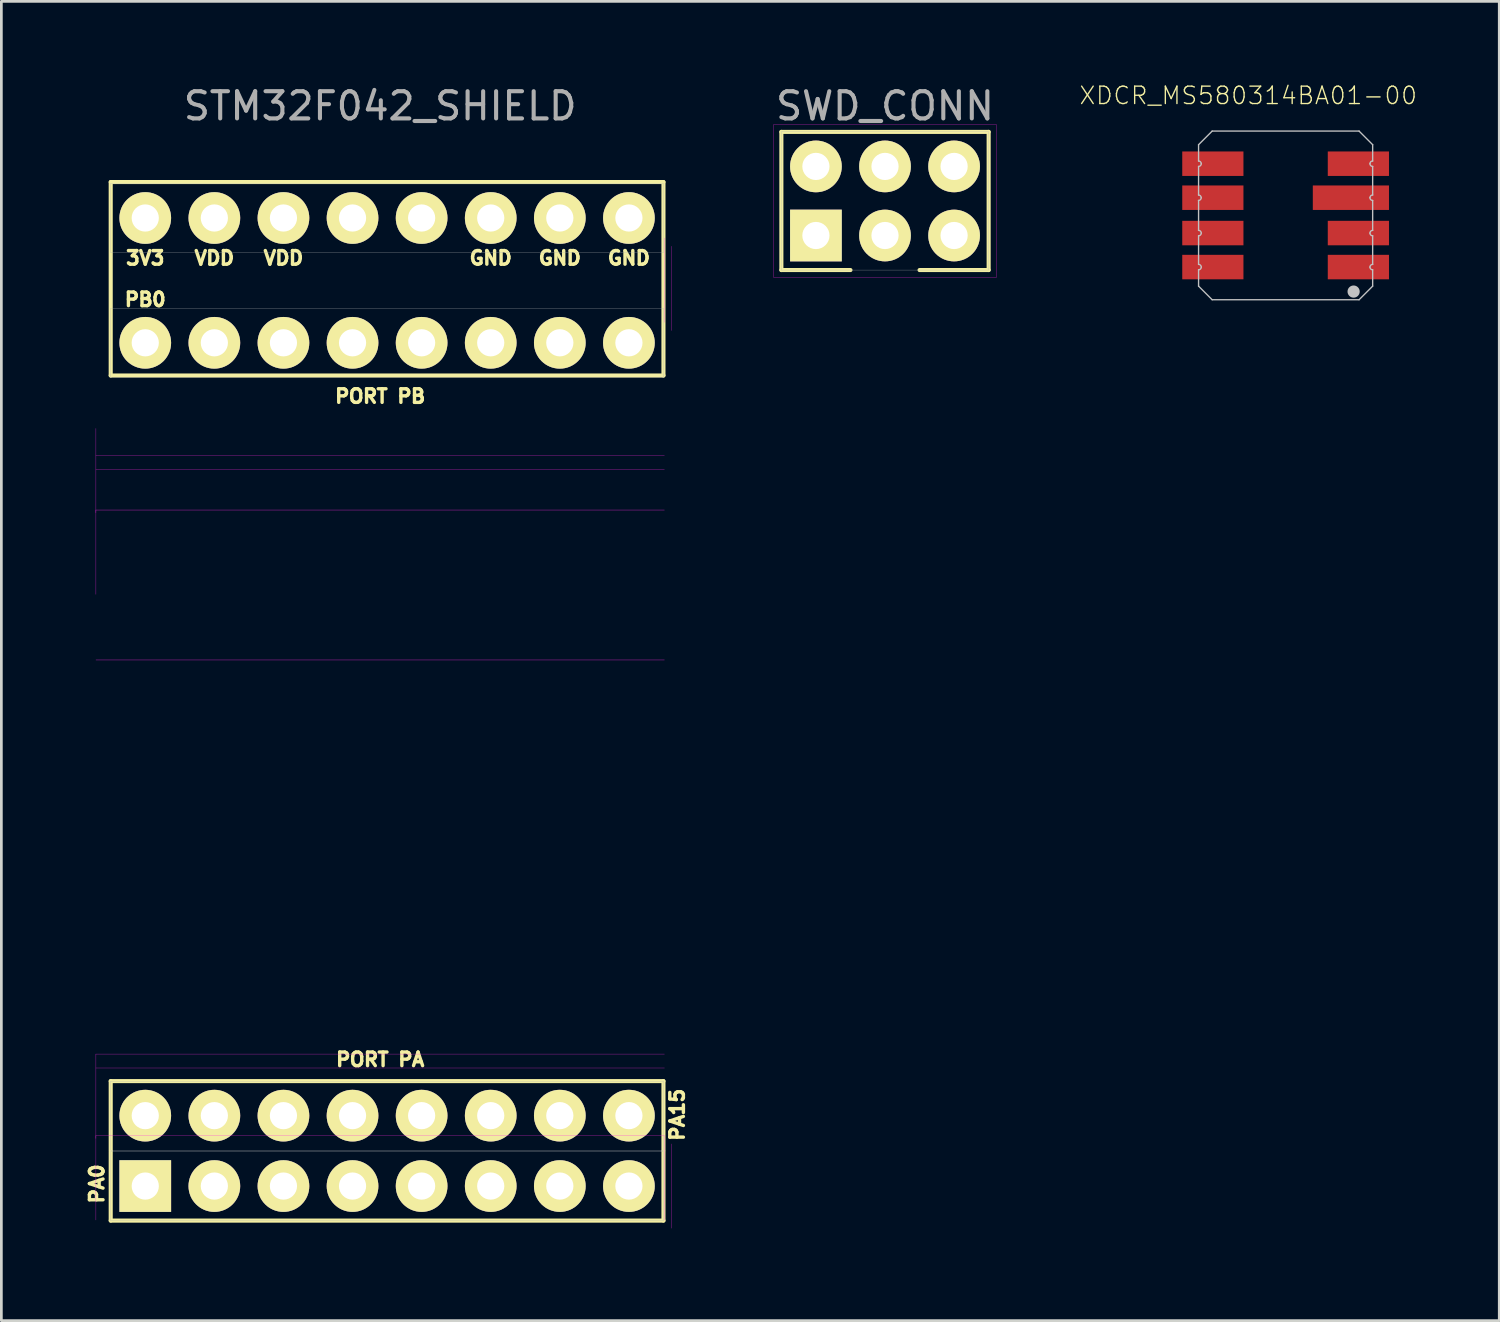
<source format=kicad_pcb>
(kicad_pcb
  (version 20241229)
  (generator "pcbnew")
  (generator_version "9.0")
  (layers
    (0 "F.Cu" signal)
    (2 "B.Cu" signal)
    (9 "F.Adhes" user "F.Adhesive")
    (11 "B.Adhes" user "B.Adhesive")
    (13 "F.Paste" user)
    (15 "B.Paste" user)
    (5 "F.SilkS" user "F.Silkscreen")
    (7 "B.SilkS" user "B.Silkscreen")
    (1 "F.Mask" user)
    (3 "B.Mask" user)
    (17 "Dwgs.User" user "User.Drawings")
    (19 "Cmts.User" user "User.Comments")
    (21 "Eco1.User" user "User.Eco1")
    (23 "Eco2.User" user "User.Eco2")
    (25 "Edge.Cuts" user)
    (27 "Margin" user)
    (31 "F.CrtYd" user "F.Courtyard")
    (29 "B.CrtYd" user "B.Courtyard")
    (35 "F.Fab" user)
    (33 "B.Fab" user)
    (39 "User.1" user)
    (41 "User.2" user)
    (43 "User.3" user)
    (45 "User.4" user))
  (footprint "XDCR_MS580314BA01-00"
    (layer "F.Cu")
    (at 44.212 4.869)
    (property "Reference" "XDCR_MS580314BA01-00" (at -1.374 -4.406 0) (layer "F.SilkS") (effects (font (size 0.64 0.64) (thickness 0.05))))
    (attr smd)
    (fp_line (start -3.2 -2.6) (end -3.2 -2) (stroke (width 0.05) (type solid)) (layer "Dwgs.User"))
    (fp_line (start -3.2 -1.8) (end -3.2 -0.75) (stroke (width 0.05) (type solid)) (layer "Dwgs.User"))
    (fp_line (start -3.2 0.55) (end -3.2 -0.55) (stroke (width 0.05) (type solid)) (layer "Dwgs.User"))
    (fp_line (start -3.2 1.8) (end -3.2 0.75) (stroke (width 0.05) (type solid)) (layer "Dwgs.User"))
    (fp_line (start -3.2 2) (end -3.2 2.6) (stroke (width 0.05) (type solid)) (layer "Dwgs.User"))
    (fp_line (start -3.2 2.6) (end -2.7 3.1) (stroke (width 0.05) (type solid)) (layer "Dwgs.User"))
    (fp_line (start -2.7 -3.1) (end -3.2 -2.6) (stroke (width 0.05) (type solid)) (layer "Dwgs.User"))
    (fp_line (start -2.7 -3.1) (end 2.7 -3.1) (stroke (width 0.05) (type solid)) (layer "Dwgs.User"))
    (fp_line (start -2.7 3.1) (end 2.7 3.1) (stroke (width 0.05) (type solid)) (layer "Dwgs.User"))
    (fp_line (start 2.7 -3.1) (end 3.2 -2.6) (stroke (width 0.05) (type solid)) (layer "Dwgs.User"))
    (fp_line (start 2.7 3.1) (end 3.2 2.6) (stroke (width 0.05) (type solid)) (layer "Dwgs.User"))
    (fp_line (start 3.2 -2.6) (end 3.2 -2) (stroke (width 0.05) (type solid)) (layer "Dwgs.User"))
    (fp_line (start 3.2 -0.75) (end 3.2 -1.8) (stroke (width 0.05) (type solid)) (layer "Dwgs.User"))
    (fp_line (start 3.2 0.55) (end 3.2 -0.55) (stroke (width 0.05) (type solid)) (layer "Dwgs.User"))
    (fp_line (start 3.2 1.8) (end 3.2 0.75) (stroke (width 0.05) (type solid)) (layer "Dwgs.User"))
    (fp_line (start 3.2 2.6) (end 3.2 2) (stroke (width 0.05) (type solid)) (layer "Dwgs.User"))
    (fp_arc (start -3.20217 -0.750122) (mid -3.131459 -0.720833) (end -3.10217 -0.650122) (stroke (width 0.05) (type solid)) (layer "Dwgs.User"))
    (fp_arc (start -3.2 -2) (mid -3.129289 -1.970711) (end -3.1 -1.9) (stroke (width 0.05) (type solid)) (layer "Dwgs.User"))
    (fp_arc (start -3.2 0.55) (mid -3.129289 0.579289) (end -3.1 0.65) (stroke (width 0.05) (type solid)) (layer "Dwgs.User"))
    (fp_arc (start -3.2 1.8) (mid -3.129289 1.829289) (end -3.1 1.9) (stroke (width 0.05) (type solid)) (layer "Dwgs.User"))
    (fp_arc (start -3.10217 -0.650091) (mid -3.131459 -0.57938) (end -3.20217 -0.550091) (stroke (width 0.05) (type solid)) (layer "Dwgs.User"))
    (fp_arc (start -3.1 -1.9) (mid -3.129289 -1.829289) (end -3.2 -1.8) (stroke (width 0.05) (type solid)) (layer "Dwgs.User"))
    (fp_arc (start -3.1 0.65) (mid -3.129289 0.720711) (end -3.2 0.75) (stroke (width 0.05) (type solid)) (layer "Dwgs.User"))
    (fp_arc (start -3.1 1.9) (mid -3.129289 1.970711) (end -3.2 2) (stroke (width 0.05) (type solid)) (layer "Dwgs.User"))
    (fp_arc (start 3.1 -1.9) (mid 3.129289 -1.970711) (end 3.2 -2) (stroke (width 0.05) (type solid)) (layer "Dwgs.User"))
    (fp_arc (start 3.1 -0.65) (mid 3.129289 -0.720711) (end 3.2 -0.75) (stroke (width 0.05) (type solid)) (layer "Dwgs.User"))
    (fp_arc (start 3.1 0.65) (mid 3.129289 0.579289) (end 3.2 0.55) (stroke (width 0.05) (type solid)) (layer "Dwgs.User"))
    (fp_arc (start 3.1 1.9) (mid 3.129289 1.829289) (end 3.2 1.8) (stroke (width 0.05) (type solid)) (layer "Dwgs.User"))
    (fp_arc (start 3.2 -1.8) (mid 3.129289 -1.829289) (end 3.1 -1.9) (stroke (width 0.05) (type solid)) (layer "Dwgs.User"))
    (fp_arc (start 3.2 -0.55) (mid 3.129289 -0.579289) (end 3.1 -0.65) (stroke (width 0.05) (type solid)) (layer "Dwgs.User"))
    (fp_arc (start 3.2 0.75) (mid 3.129289 0.720711) (end 3.1 0.65) (stroke (width 0.05) (type solid)) (layer "Dwgs.User"))
    (fp_arc (start 3.2 2) (mid 3.129289 1.970711) (end 3.1 1.9) (stroke (width 0.05) (type solid)) (layer "Dwgs.User"))
    (fp_circle (center 2.5 2.8) (end 2.724 2.8) (stroke (width 0) (type solid)) (fill yes) (layer "Dwgs.User"))
    (pad "1" smd rect (at 2.675 1.899) (size 2.25 0.9) (layers "F.Cu" "F.Mask" "F.Paste"))
    (pad "2" smd rect (at 2.675 0.649) (size 2.25 0.9) (layers "F.Cu" "F.Mask" "F.Paste"))
    (pad "3" smd rect (at 2.4 -0.651) (size 2.8 0.9) (layers "F.Cu" "F.Mask" "F.Paste"))
    (pad "4" smd rect (at 2.675 -1.901) (size 2.25 0.9) (layers "F.Cu" "F.Mask" "F.Paste"))
    (pad "5" smd rect (at -2.675 -1.901) (size 2.25 0.9) (layers "F.Cu" "F.Mask" "F.Paste"))
    (pad "6" smd rect (at -2.675 -0.651) (size 2.25 0.9) (layers "F.Cu" "F.Mask" "F.Paste"))
    (pad "7" smd rect (at -2.675 0.649) (size 2.25 0.9) (layers "F.Cu" "F.Mask" "F.Paste"))
    (pad "8" smd rect (at -2.675 1.899) (size 2.25 0.9) (layers "F.Cu" "F.Mask" "F.Paste")))
  (footprint "STM32F042_SHIELD"
    (layer "F.Cu")
    (at 10.926 42.25)
    (property "Reference" "STM32F042_SHIELD" (at 0 -41.402 0) (layer "F.Fab") (effects (font (size 1 1) (thickness 0.15))))
    (attr through_hole)
    (fp_line (start -9.906 -38.608) (end 10.414 -38.608) (stroke (width 0.15) (type solid)) (layer "F.SilkS"))
    (fp_line (start -9.906 -31.496) (end -9.906 -38.608) (stroke (width 0.15) (type solid)) (layer "F.SilkS"))
    (fp_line (start -9.906 -5.556) (end 10.414 -5.556) (stroke (width 0.15) (type solid)) (layer "F.SilkS"))
    (fp_line (start -9.906 -3.016) (end -9.906 -5.556) (stroke (width 0.15) (type solid)) (layer "F.SilkS"))
    (fp_line (start -9.906 -0.428) (end -9.906 -2.968) (stroke (width 0.15) (type solid)) (layer "F.SilkS"))
    (fp_line (start 10.414 -38.608) (end 10.414 -31.496) (stroke (width 0.15) (type solid)) (layer "F.SilkS"))
    (fp_line (start 10.414 -31.496) (end -9.906 -31.496) (stroke (width 0.15) (type solid)) (layer "F.SilkS"))
    (fp_line (start 10.414 -5.556) (end 10.414 -3.016) (stroke (width 0.15) (type solid)) (layer "F.SilkS"))
    (fp_line (start 10.414 -2.968) (end 10.414 -0.428) (stroke (width 0.15) (type solid)) (layer "F.SilkS"))
    (fp_line (start 10.414 -0.428) (end -9.906 -0.428) (stroke (width 0.15) (type solid)) (layer "F.SilkS"))
    (fp_line (start -10.45 -28.55) (end 10.45 -28.55) (stroke (width 0.01) (type solid)) (layer "F.CrtYd"))
    (fp_line (start -10.45 -26.55) (end 10.45 -26.55) (stroke (width 0.01) (type solid)) (layer "F.CrtYd"))
    (fp_line (start -10.45 -26.45) (end -10.45 -29.55) (stroke (width 0.01) (type solid)) (layer "F.CrtYd"))
    (fp_line (start -10.45 -23.45) (end -10.45 -26.55) (stroke (width 0.01) (type solid)) (layer "F.CrtYd"))
    (fp_line (start -10.45 -6.55) (end 10.45 -6.55) (stroke (width 0.01) (type solid)) (layer "F.CrtYd"))
    (fp_line (start -10.45 -3.55) (end 10.45 -3.55) (stroke (width 0.01) (type solid)) (layer "F.CrtYd"))
    (fp_line (start -10.45 -3.45) (end -10.45 -6.55) (stroke (width 0.01) (type solid)) (layer "F.CrtYd"))
    (fp_line (start -10.45 -0.45) (end -10.45 -3.55) (stroke (width 0.01) (type solid)) (layer "F.CrtYd"))
    (fp_line (start 10.45 -36.55) (end 10.45 -33.45) (stroke (width 0.01) (type solid)) (layer "F.CrtYd"))
    (fp_line (start 10.45 -28.038) (end -10.45 -28.038) (stroke (width 0.01) (type solid)) (layer "F.CrtYd"))
    (fp_line (start 10.45 -21.038) (end -10.45 -21.038) (stroke (width 0.01) (type solid)) (layer "F.CrtYd"))
    (fp_line (start 10.45 -6.038) (end -10.45 -6.038) (stroke (width 0.01) (type solid)) (layer "F.CrtYd"))
    (fp_line (start 10.45 -3.55) (end 10.45 -0.45) (stroke (width 0.01) (type solid)) (layer "F.CrtYd"))
    (fp_line (start 10.704 -36.248) (end 10.704 -33.148) (stroke (width 0.01) (type solid)) (layer "F.CrtYd"))
    (fp_line (start 10.704 -3.248) (end 10.704 -0.148) (stroke (width 0.01) (type solid)) (layer "F.CrtYd"))
    (fp_line (start -9.906 -38.556) (end 10.414 -38.556) (stroke (width 0.01) (type solid)) (layer "F.Fab"))
    (fp_line (start -9.906 -36.016) (end -9.906 -38.556) (stroke (width 0.01) (type solid)) (layer "F.Fab"))
    (fp_line (start -9.906 -33.968) (end 10.414 -33.968) (stroke (width 0.01) (type solid)) (layer "F.Fab"))
    (fp_line (start -9.906 -31.428) (end -9.906 -33.968) (stroke (width 0.01) (type solid)) (layer "F.Fab"))
    (fp_line (start -9.906 -5.556) (end 10.414 -5.556) (stroke (width 0.01) (type solid)) (layer "F.Fab"))
    (fp_line (start -9.906 -3.016) (end -9.906 -5.556) (stroke (width 0.01) (type solid)) (layer "F.Fab"))
    (fp_line (start -9.906 -2.968) (end 10.414 -2.968) (stroke (width 0.01) (type solid)) (layer "F.Fab"))
    (fp_line (start -9.906 -0.428) (end -9.906 -2.968) (stroke (width 0.01) (type solid)) (layer "F.Fab"))
    (fp_line (start 10.414 -38.556) (end 10.414 -36.016) (stroke (width 0.01) (type solid)) (layer "F.Fab"))
    (fp_line (start 10.414 -36.016) (end -9.906 -36.016) (stroke (width 0.01) (type solid)) (layer "F.Fab"))
    (fp_line (start 10.414 -33.968) (end 10.414 -31.428) (stroke (width 0.01) (type solid)) (layer "F.Fab"))
    (fp_line (start 10.414 -31.428) (end -9.906 -31.428) (stroke (width 0.01) (type solid)) (layer "F.Fab"))
    (fp_line (start 10.414 -5.556) (end 10.414 -3.016) (stroke (width 0.01) (type solid)) (layer "F.Fab"))
    (fp_line (start 10.414 -3.016) (end -9.906 -3.016) (stroke (width 0.01) (type solid)) (layer "F.Fab"))
    (fp_line (start 10.414 -2.968) (end 10.414 -0.428) (stroke (width 0.01) (type solid)) (layer "F.Fab"))
    (fp_line (start 10.414 -0.428) (end -9.906 -0.428) (stroke (width 0.01) (type solid)) (layer "F.Fab"))
    (fp_text user "GND" (at 6.604 -35.814 0) (layer "F.SilkS") (effects (font (size 0.5 0.5) (thickness 0.125))))
    (fp_text user "VDD" (at -3.556 -35.814 0) (layer "F.SilkS") (effects (font (size 0.5 0.5) (thickness 0.125))))
    (fp_text user "PA0" (at -10.414 -1.778 90) (layer "F.SilkS") (effects (font (size 0.5 0.5) (thickness 0.125))))
    (fp_text user "VDD" (at -6.096 -35.814 0) (layer "F.SilkS") (effects (font (size 0.5 0.5) (thickness 0.125))))
    (fp_text user "PB0" (at -8.636 -34.29 0) (layer "F.SilkS") (effects (font (size 0.5 0.5) (thickness 0.125))))
    (fp_text user "PA15" (at 10.922 -4.318 90) (layer "F.SilkS") (effects (font (size 0.5 0.5) (thickness 0.125))))
    (fp_text user "3V3" (at -8.636 -35.814 0) (layer "F.SilkS") (effects (font (size 0.5 0.5) (thickness 0.125))))
    (fp_text user "GND" (at 4.064 -35.814 0) (layer "F.SilkS") (effects (font (size 0.5 0.5) (thickness 0.125))))
    (fp_text user "PORT PA" (at 0 -6.35 0) (layer "F.SilkS") (effects (font (size 0.5 0.5) (thickness 0.125))))
    (fp_text user "GND" (at 9.144 -35.814 0) (layer "F.SilkS") (effects (font (size 0.5 0.5) (thickness 0.125))))
    (fp_text user "PORT PB" (at 0 -30.734 0) (layer "F.SilkS") (effects (font (size 0.5 0.5) (thickness 0.125))))
    (pad "1" thru_hole rect (at -8.636 -1.698) (size 1.9 1.9) (drill 1) (layers "*.Cu" "*.Mask" "F.SilkS"))
    (pad "2" thru_hole circle (at -6.096 -1.698) (size 1.9 1.9) (drill 1) (layers "*.Cu" "*.Mask" "F.SilkS"))
    (pad "3" thru_hole circle (at -3.556 -1.698) (size 1.9 1.9) (drill 1) (layers "*.Cu" "*.Mask" "F.SilkS"))
    (pad "4" thru_hole circle (at -1.016 -1.698) (size 1.9 1.9) (drill 1) (layers "*.Cu" "*.Mask" "F.SilkS"))
    (pad "5" thru_hole circle (at 1.524 -1.698) (size 1.9 1.9) (drill 1) (layers "*.Cu" "*.Mask" "F.SilkS"))
    (pad "6" thru_hole circle (at 4.064 -1.698) (size 1.9 1.9) (drill 1) (layers "*.Cu" "*.Mask" "F.SilkS"))
    (pad "7" thru_hole circle (at 6.604 -1.698) (size 1.9 1.9) (drill 1) (layers "*.Cu" "*.Mask" "F.SilkS"))
    (pad "8" thru_hole circle (at 9.144 -1.698) (size 1.9 1.9) (drill 1) (layers "*.Cu" "*.Mask" "F.SilkS"))
    (pad "9" thru_hole circle (at -8.636 -4.286) (size 1.9 1.9) (drill 1) (layers "*.Cu" "*.Mask" "F.SilkS"))
    (pad "10" thru_hole circle (at -6.096 -4.286) (size 1.9 1.9) (drill 1) (layers "*.Cu" "*.Mask" "F.SilkS"))
    (pad "11" thru_hole circle (at -3.556 -4.286) (size 1.9 1.9) (drill 1) (layers "*.Cu" "*.Mask" "F.SilkS"))
    (pad "12" thru_hole circle (at -1.016 -4.286) (size 1.9 1.9) (drill 1) (layers "*.Cu" "*.Mask" "F.SilkS"))
    (pad "13" thru_hole circle (at 1.524 -4.286) (size 1.9 1.9) (drill 1) (layers "*.Cu" "*.Mask" "F.SilkS"))
    (pad "14" thru_hole circle (at 4.064 -4.286) (size 1.9 1.9) (drill 1) (layers "*.Cu" "*.Mask" "F.SilkS"))
    (pad "15" thru_hole circle (at 6.604 -4.286) (size 1.9 1.9) (drill 1) (layers "*.Cu" "*.Mask" "F.SilkS"))
    (pad "16" thru_hole circle (at 9.144 -4.286) (size 1.9 1.9) (drill 1) (layers "*.Cu" "*.Mask" "F.SilkS"))
    (pad "17" thru_hole circle (at -8.636 -32.698) (size 1.9 1.9) (drill 1) (layers "*.Cu" "*.Mask" "F.SilkS"))
    (pad "18" thru_hole circle (at -6.096 -32.698) (size 1.9 1.9) (drill 1) (layers "*.Cu" "*.Mask" "F.SilkS"))
    (pad "19" thru_hole circle (at -3.556 -32.698) (size 1.9 1.9) (drill 1) (layers "*.Cu" "*.Mask" "F.SilkS"))
    (pad "20" thru_hole circle (at -1.016 -32.698) (size 1.9 1.9) (drill 1) (layers "*.Cu" "*.Mask" "F.SilkS"))
    (pad "21" thru_hole circle (at 1.524 -32.698) (size 1.9 1.9) (drill 1) (layers "*.Cu" "*.Mask" "F.SilkS"))
    (pad "22" thru_hole circle (at 4.064 -32.698) (size 1.9 1.9) (drill 1) (layers "*.Cu" "*.Mask" "F.SilkS"))
    (pad "23" thru_hole circle (at 6.604 -32.698) (size 1.9 1.9) (drill 1) (layers "*.Cu" "*.Mask" "F.SilkS"))
    (pad "24" thru_hole circle (at 9.144 -32.698) (size 1.9 1.9) (drill 1) (layers "*.Cu" "*.Mask" "F.SilkS"))
    (pad "25" thru_hole circle (at -8.636 -37.286) (size 1.9 1.9) (drill 1) (layers "*.Cu" "*.Mask" "F.SilkS"))
    (pad "26" thru_hole circle (at -6.096 -37.286) (size 1.9 1.9) (drill 1) (layers "*.Cu" "*.Mask" "F.SilkS"))
    (pad "27" thru_hole circle (at -3.556 -37.286) (size 1.9 1.9) (drill 1) (layers "*.Cu" "*.Mask" "F.SilkS"))
    (pad "28" thru_hole circle (at -1.016 -37.286) (size 1.9 1.9) (drill 1) (layers "*.Cu" "*.Mask" "F.SilkS"))
    (pad "29" thru_hole circle (at 1.524 -37.286) (size 1.9 1.9) (drill 1) (layers "*.Cu" "*.Mask" "F.SilkS"))
    (pad "30" thru_hole circle (at 4.064 -37.286) (size 1.9 1.9) (drill 1) (layers "*.Cu" "*.Mask" "F.SilkS"))
    (pad "31" thru_hole circle (at 6.604 -37.286) (size 1.9 1.9) (drill 1) (layers "*.Cu" "*.Mask" "F.SilkS"))
    (pad "32" thru_hole circle (at 9.144 -37.286) (size 1.9 1.9) (drill 1) (layers "*.Cu" "*.Mask" "F.SilkS")))
  (footprint "SWD_CONN"
    (layer "F.Cu")
    (at 29.485 4.338)
    (property "Reference" "SWD_CONN" (at 0 -3.49 0) (layer "F.Fab") (effects (font (size 1 1) (thickness 0.15))))
    (attr through_hole)
    (fp_line (start -3.81 -2.54) (end 3.81 -2.54) (stroke (width 0.15) (type solid)) (layer "F.SilkS"))
    (fp_line (start -3.81 2.54) (end -3.81 -2.54) (stroke (width 0.15) (type solid)) (layer "F.SilkS"))
    (fp_line (start -1.27 2.54) (end -3.81 2.54) (stroke (width 0.15) (type solid)) (layer "F.SilkS"))
    (fp_line (start 3.81 -2.54) (end 3.81 2.54) (stroke (width 0.15) (type solid)) (layer "F.SilkS"))
    (fp_line (start 3.81 2.54) (end 1.27 2.54) (stroke (width 0.15) (type solid)) (layer "F.SilkS"))
    (fp_line (start -4.1 -2.8) (end 4.1 -2.8) (stroke (width 0.01) (type solid)) (layer "F.CrtYd"))
    (fp_line (start -4.1 2.8) (end -4.1 -2.8) (stroke (width 0.01) (type solid)) (layer "F.CrtYd"))
    (fp_line (start 4.1 -2.8) (end 4.1 2.8) (stroke (width 0.01) (type solid)) (layer "F.CrtYd"))
    (fp_line (start 4.1 2.8) (end -4.1 2.8) (stroke (width 0.01) (type solid)) (layer "F.CrtYd"))
    (fp_line (start -3.81 -2.54) (end 3.81 -2.54) (stroke (width 0.01) (type solid)) (layer "F.Fab"))
    (fp_line (start -3.81 2.54) (end -3.81 -2.54) (stroke (width 0.01) (type solid)) (layer "F.Fab"))
    (fp_line (start 3.81 -2.54) (end 3.81 2.54) (stroke (width 0.01) (type solid)) (layer "F.Fab"))
    (fp_line (start 3.81 2.54) (end -3.81 2.54) (stroke (width 0.01) (type solid)) (layer "F.Fab"))
    (pad "1" thru_hole rect (at -2.54 1.27) (size 1.9 1.9) (drill 1) (layers "*.Cu" "*.Mask" "F.SilkS"))
    (pad "2" thru_hole circle (at -2.54 -1.27) (size 1.9 1.9) (drill 1) (layers "*.Cu" "*.Mask" "F.SilkS"))
    (pad "3" thru_hole circle (at 0 1.27) (size 1.9 1.9) (drill 1) (layers "*.Cu" "*.Mask" "F.SilkS"))
    (pad "4" thru_hole circle (at 0 -1.27) (size 1.9 1.9) (drill 1) (layers "*.Cu" "*.Mask" "F.SilkS"))
    (pad "5" thru_hole circle (at 2.54 1.27) (size 1.9 1.9) (drill 1) (layers "*.Cu" "*.Mask" "F.SilkS"))
    (pad "6" thru_hole circle (at 2.54 -1.27) (size 1.9 1.9) (drill 1) (layers "*.Cu" "*.Mask" "F.SilkS")))
  (gr_rect
    (start -3 -3)
    (end 52.066 45.5)
    (stroke (width 0.1) (type default))
    (fill no)
    (layer "Edge.Cuts")))
</source>
